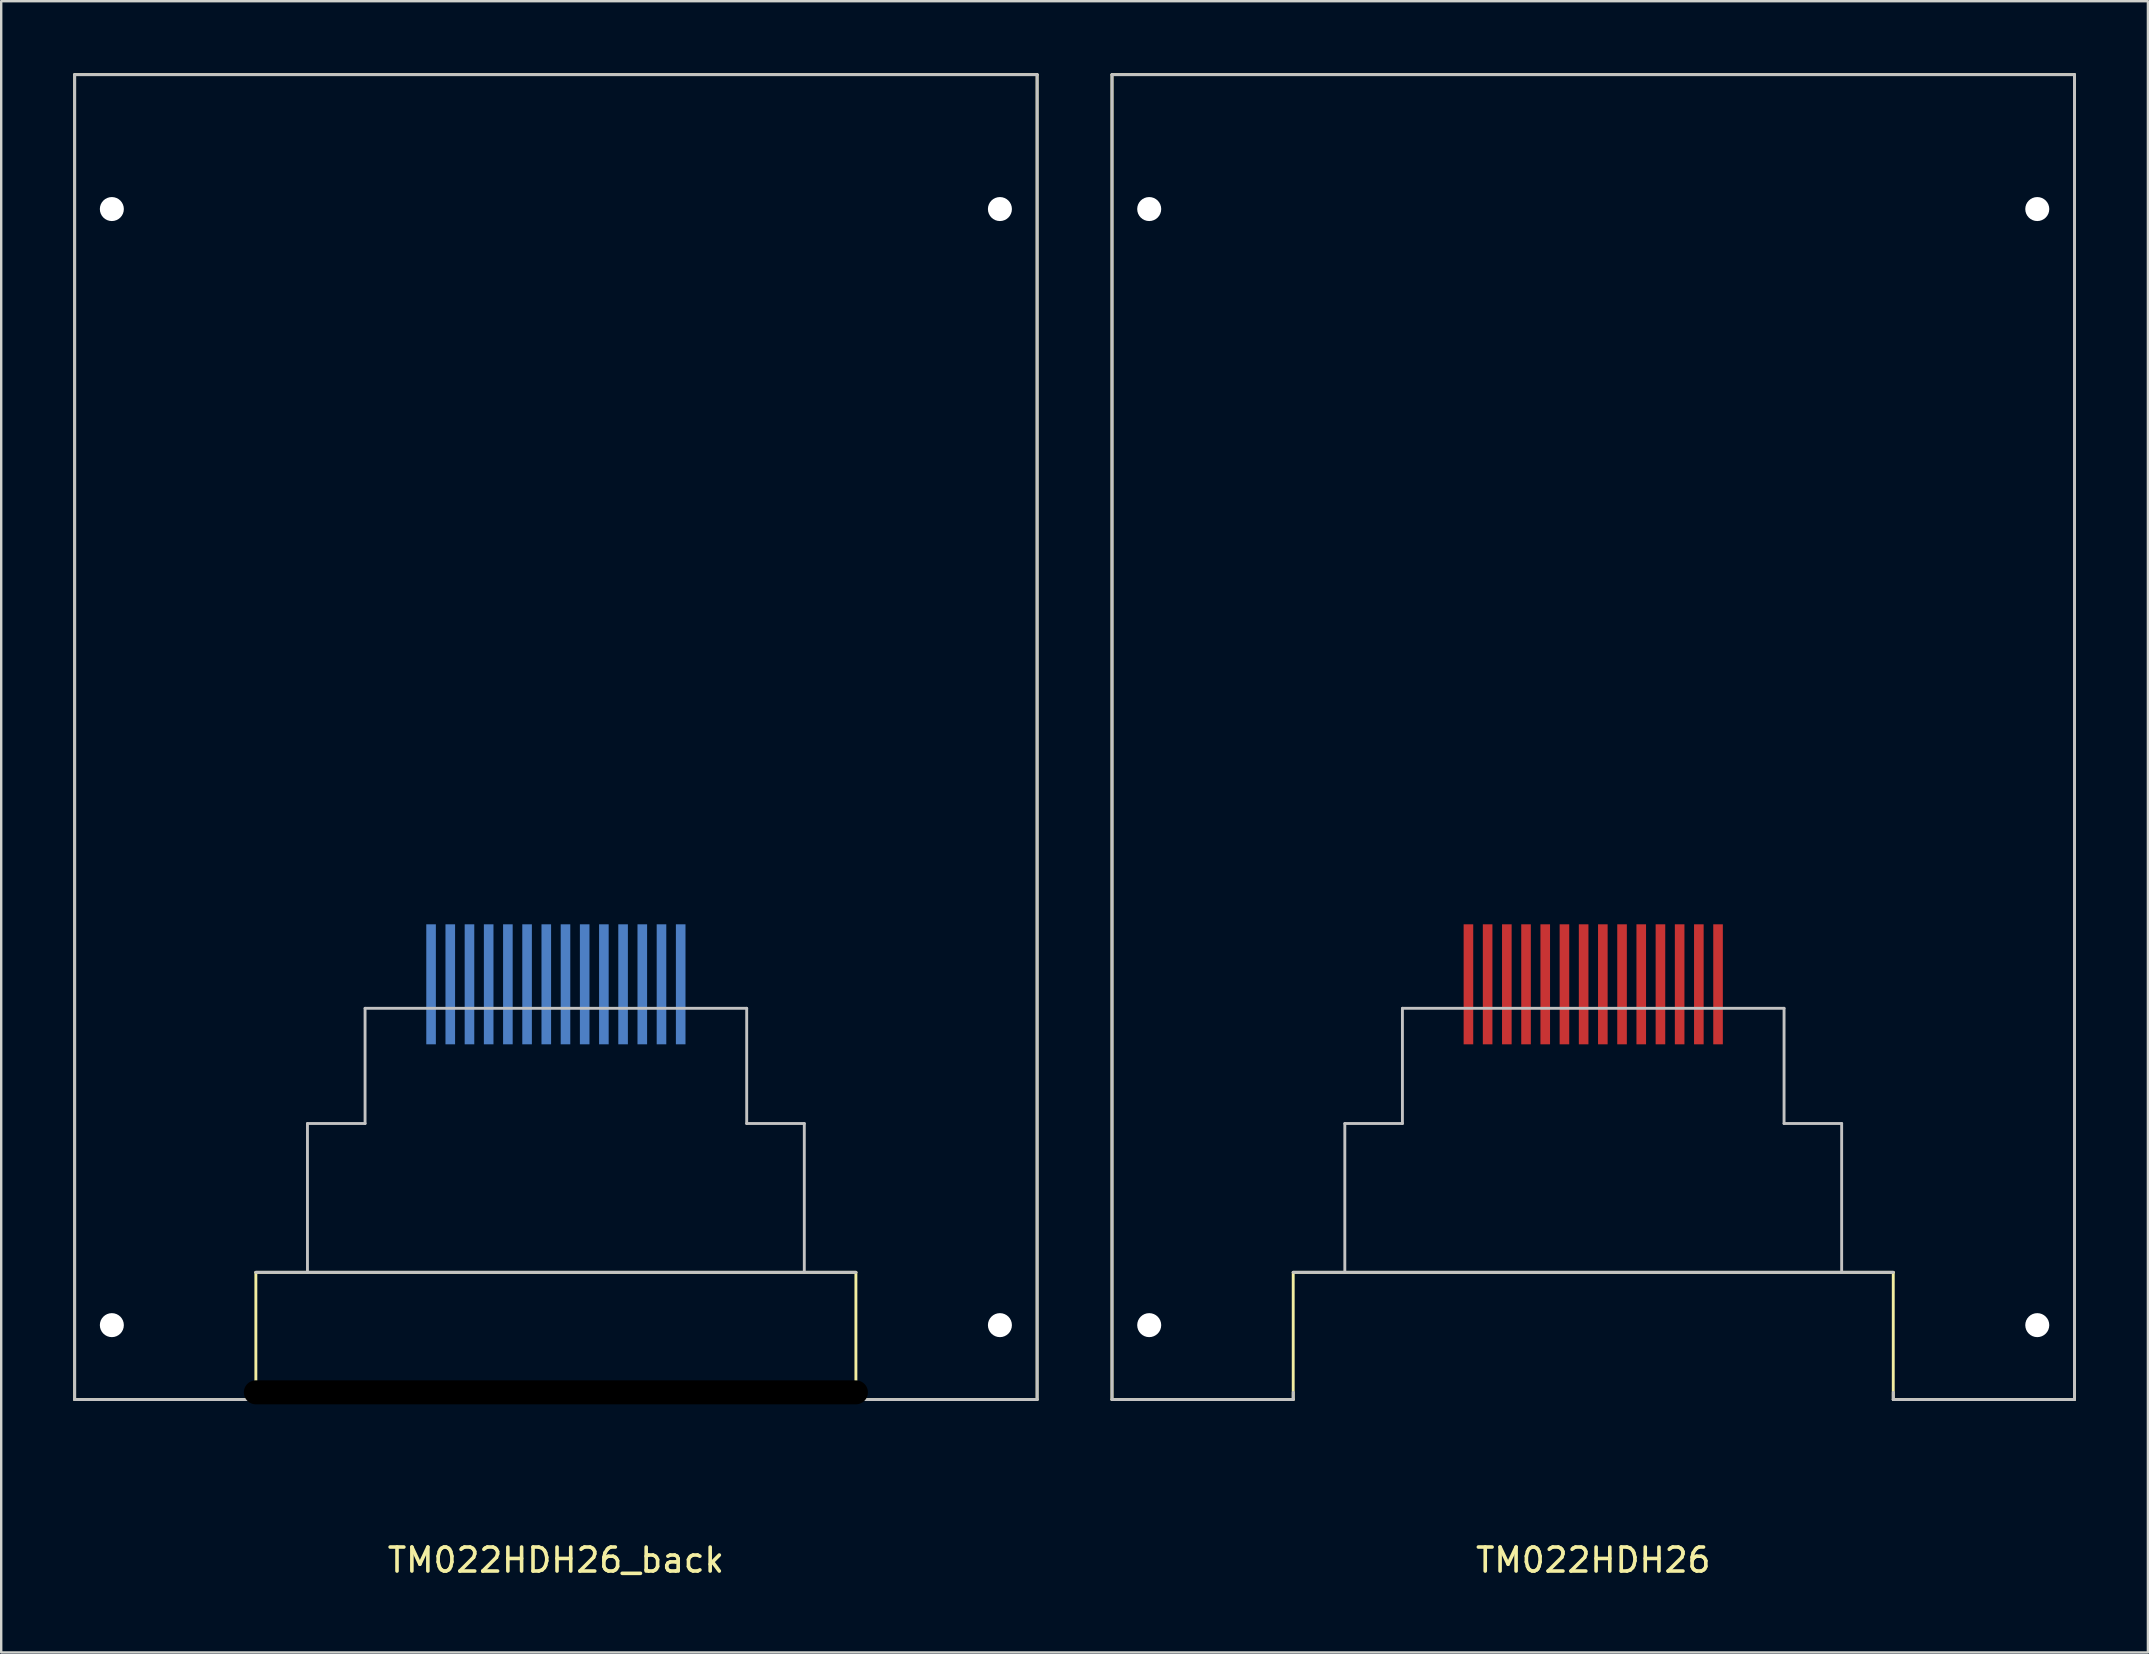
<source format=kicad_pcb>
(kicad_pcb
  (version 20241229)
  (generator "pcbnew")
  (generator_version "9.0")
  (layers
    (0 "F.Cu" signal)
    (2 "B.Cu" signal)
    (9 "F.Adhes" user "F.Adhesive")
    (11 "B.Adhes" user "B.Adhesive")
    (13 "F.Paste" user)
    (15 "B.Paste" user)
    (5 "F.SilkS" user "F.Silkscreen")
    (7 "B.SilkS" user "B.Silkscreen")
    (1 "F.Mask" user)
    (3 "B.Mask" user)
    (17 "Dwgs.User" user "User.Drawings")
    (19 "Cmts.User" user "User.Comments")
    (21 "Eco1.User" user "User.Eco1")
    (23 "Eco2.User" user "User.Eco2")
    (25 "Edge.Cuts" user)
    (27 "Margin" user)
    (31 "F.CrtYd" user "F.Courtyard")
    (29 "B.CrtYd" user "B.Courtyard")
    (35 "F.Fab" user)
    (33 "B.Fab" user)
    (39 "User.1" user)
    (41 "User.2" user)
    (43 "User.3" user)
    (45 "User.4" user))
  (footprint "TM022HDH26_back"
    (layer "F.Cu")
    (at 20.11 27.66)
    (property "Reference" "TM022HDH26_back" (at 0 34.29 0) (layer "F.SilkS") (effects (font (size 1 1) (thickness 0.15))))
    (attr smd exclude_from_pos_files exclude_from_bom)
    (fp_line (start -20.05 -27.6) (end -20.05 27.6) (stroke (width 0.12) (type solid)) (layer "F.SilkS"))
    (fp_line (start -20.05 27.6) (end -12.5 27.6) (stroke (width 0.12) (type solid)) (layer "F.SilkS"))
    (fp_line (start -12.5 22.3) (end 12.5 22.3) (stroke (width 0.12) (type solid)) (layer "F.SilkS"))
    (fp_line (start -12.5 27.6) (end -12.5 22.3) (stroke (width 0.12) (type solid)) (layer "F.SilkS"))
    (fp_line (start 12.5 22.3) (end 12.5 27.6) (stroke (width 0.12) (type solid)) (layer "F.SilkS"))
    (fp_line (start 12.5 27.6) (end 20.05 27.6) (stroke (width 0.12) (type solid)) (layer "F.SilkS"))
    (fp_line (start 20.05 -27.6) (end -20.05 -27.6) (stroke (width 0.12) (type solid)) (layer "F.SilkS"))
    (fp_line (start 20.05 27.6) (end 20.05 -27.6) (stroke (width 0.12) (type solid)) (layer "F.SilkS"))
    (fp_line (start -20.05 -27.6) (end -20.05 27.6) (stroke (width 0.12) (type solid)) (layer "Dwgs.User"))
    (fp_line (start -12.5 27.3) (end -12.5 27.6) (stroke (width 0.12) (type solid)) (layer "Dwgs.User"))
    (fp_line (start -12.5 27.6) (end -20.05 27.6) (stroke (width 0.12) (type solid)) (layer "Dwgs.User"))
    (fp_line (start -10.35 16.1) (end -10.35 22.3) (stroke (width 0.12) (type solid)) (layer "Dwgs.User"))
    (fp_line (start -7.95 11.3) (end -7.95 16.1) (stroke (width 0.12) (type solid)) (layer "Dwgs.User"))
    (fp_line (start -7.95 11.3) (end 7.95 11.3) (stroke (width 0.12) (type solid)) (layer "Dwgs.User"))
    (fp_line (start -7.95 16.1) (end -10.35 16.1) (stroke (width 0.12) (type solid)) (layer "Dwgs.User"))
    (fp_line (start 7.95 11.3) (end 7.95 16.1) (stroke (width 0.12) (type solid)) (layer "Dwgs.User"))
    (fp_line (start 7.95 16.1) (end 10.35 16.1) (stroke (width 0.12) (type solid)) (layer "Dwgs.User"))
    (fp_line (start 10.35 16.1) (end 10.35 22.3) (stroke (width 0.12) (type solid)) (layer "Dwgs.User"))
    (fp_line (start 12.5 22.3) (end -12.5 22.3) (stroke (width 0.12) (type solid)) (layer "Dwgs.User"))
    (fp_line (start 12.5 27.3) (end 12.5 27.6) (stroke (width 0.12) (type solid)) (layer "Dwgs.User"))
    (fp_line (start 12.5 27.6) (end 20.05 27.6) (stroke (width 0.12) (type solid)) (layer "Dwgs.User"))
    (fp_line (start 20.05 -27.6) (end -20.05 -27.6) (stroke (width 0.12) (type solid)) (layer "Dwgs.User"))
    (fp_line (start 20.05 27.6) (end 20.05 -27.6) (stroke (width 0.12) (type solid)) (layer "Dwgs.User"))
    (pad "" np_thru_hole circle (at -18.5 -22 180) (size 1 1) (drill 1) (layers "*.Cu" "*.Mask"))
    (pad "" np_thru_hole circle (at -18.5 24.5 180) (size 1 1) (drill 1) (layers "*.Cu" "*.Mask"))
    (pad "" np_thru_hole oval (at 0 27.3) (size 26 1) (drill oval 26 1) (layers "*.Mask"))
    (pad "" np_thru_hole circle (at 18.5 -22 180) (size 1 1) (drill 1) (layers "*.Cu" "*.Mask"))
    (pad "" np_thru_hole circle (at 18.5 24.5 180) (size 1 1) (drill 1) (layers "*.Cu" "*.Mask"))
    (pad "1" smd rect (at -5.2 10.3 180) (size 0.4 5) (layers "B.Cu" "B.Mask" "B.Paste"))
    (pad "2" smd rect (at -4.4 10.3 180) (size 0.4 5) (layers "B.Cu" "B.Mask" "B.Paste"))
    (pad "3" smd rect (at -3.6 10.3 180) (size 0.4 5) (layers "B.Cu" "B.Mask" "B.Paste"))
    (pad "4" smd rect (at -2.8 10.3 180) (size 0.4 5) (layers "B.Cu" "B.Mask" "B.Paste"))
    (pad "5" smd rect (at -2 10.3 180) (size 0.4 5) (layers "B.Cu" "B.Mask" "B.Paste"))
    (pad "6" smd rect (at -1.2 10.3 180) (size 0.4 5) (layers "B.Cu" "B.Mask" "B.Paste"))
    (pad "7" smd rect (at -0.4 10.3 180) (size 0.4 5) (layers "B.Cu" "B.Mask" "B.Paste"))
    (pad "8" smd rect (at 0.4 10.3 180) (size 0.4 5) (layers "B.Cu" "B.Mask" "B.Paste"))
    (pad "9" smd rect (at 1.2 10.3 180) (size 0.4 5) (layers "B.Cu" "B.Mask" "B.Paste"))
    (pad "10" smd rect (at 2 10.3 180) (size 0.4 5) (layers "B.Cu" "B.Mask" "B.Paste"))
    (pad "11" smd rect (at 2.8 10.3 180) (size 0.4 5) (layers "B.Cu" "B.Mask" "B.Paste"))
    (pad "12" smd rect (at 3.6 10.3 180) (size 0.4 5) (layers "B.Cu" "B.Mask" "B.Paste"))
    (pad "13" smd rect (at 4.4 10.3 180) (size 0.4 5) (layers "B.Cu" "B.Mask" "B.Paste"))
    (pad "14" smd rect (at 5.2 10.3 180) (size 0.4 5) (layers "B.Cu" "B.Mask" "B.Paste")))
  (footprint "TM022HDH26"
    (layer "F.Cu")
    (at 63.33 27.66)
    (property "Reference" "TM022HDH26" (at 0 34.29 0) (layer "F.SilkS") (effects (font (size 1 1) (thickness 0.15))))
    (attr smd exclude_from_pos_files)
    (fp_line (start -20.05 -27.6) (end -20.05 27.6) (stroke (width 0.12) (type solid)) (layer "F.SilkS"))
    (fp_line (start -20.05 27.6) (end -12.5 27.6) (stroke (width 0.12) (type solid)) (layer "F.SilkS"))
    (fp_line (start -12.5 22.3) (end 12.5 22.3) (stroke (width 0.12) (type solid)) (layer "F.SilkS"))
    (fp_line (start -12.5 27.6) (end -12.5 22.3) (stroke (width 0.12) (type solid)) (layer "F.SilkS"))
    (fp_line (start 12.5 22.3) (end 12.5 27.6) (stroke (width 0.12) (type solid)) (layer "F.SilkS"))
    (fp_line (start 12.5 27.6) (end 20.05 27.6) (stroke (width 0.12) (type solid)) (layer "F.SilkS"))
    (fp_line (start 20.05 -27.6) (end -20.05 -27.6) (stroke (width 0.12) (type solid)) (layer "F.SilkS"))
    (fp_line (start 20.05 27.6) (end 20.05 -27.6) (stroke (width 0.12) (type solid)) (layer "F.SilkS"))
    (fp_line (start -20.05 -27.6) (end -20.05 27.6) (stroke (width 0.12) (type solid)) (layer "Dwgs.User"))
    (fp_line (start -12.5 27.3) (end -12.5 27.6) (stroke (width 0.12) (type solid)) (layer "Dwgs.User"))
    (fp_line (start -12.5 27.6) (end -20.05 27.6) (stroke (width 0.12) (type solid)) (layer "Dwgs.User"))
    (fp_line (start -10.35 16.1) (end -10.35 22.3) (stroke (width 0.12) (type solid)) (layer "Dwgs.User"))
    (fp_line (start -7.95 11.3) (end -7.95 16.1) (stroke (width 0.12) (type solid)) (layer "Dwgs.User"))
    (fp_line (start -7.95 11.3) (end 7.95 11.3) (stroke (width 0.12) (type solid)) (layer "Dwgs.User"))
    (fp_line (start -7.95 16.1) (end -10.35 16.1) (stroke (width 0.12) (type solid)) (layer "Dwgs.User"))
    (fp_line (start 7.95 11.3) (end 7.95 16.1) (stroke (width 0.12) (type solid)) (layer "Dwgs.User"))
    (fp_line (start 7.95 16.1) (end 10.35 16.1) (stroke (width 0.12) (type solid)) (layer "Dwgs.User"))
    (fp_line (start 10.35 16.1) (end 10.35 22.3) (stroke (width 0.12) (type solid)) (layer "Dwgs.User"))
    (fp_line (start 12.5 22.3) (end -12.5 22.3) (stroke (width 0.12) (type solid)) (layer "Dwgs.User"))
    (fp_line (start 12.5 27.3) (end 12.5 27.6) (stroke (width 0.12) (type solid)) (layer "Dwgs.User"))
    (fp_line (start 12.5 27.6) (end 20.05 27.6) (stroke (width 0.12) (type solid)) (layer "Dwgs.User"))
    (fp_line (start 20.05 -27.6) (end -20.05 -27.6) (stroke (width 0.12) (type solid)) (layer "Dwgs.User"))
    (fp_line (start 20.05 27.6) (end 20.05 -27.6) (stroke (width 0.12) (type solid)) (layer "Dwgs.User"))
    (pad "" np_thru_hole circle (at -18.5 -22 180) (size 1 1) (drill 1) (layers "*.Cu" "*.Mask"))
    (pad "" np_thru_hole circle (at -18.5 24.5 180) (size 1 1) (drill 1) (layers "*.Cu" "*.Mask"))
    (pad "" np_thru_hole circle (at 18.5 -22 180) (size 1 1) (drill 1) (layers "*.Cu" "*.Mask"))
    (pad "" np_thru_hole circle (at 18.5 24.5 180) (size 1 1) (drill 1) (layers "*.Cu" "*.Mask"))
    (pad "1" smd rect (at 5.2 10.3 180) (size 0.4 5) (layers "F.Cu" "F.Mask" "F.Paste"))
    (pad "2" smd rect (at 4.4 10.3 180) (size 0.4 5) (layers "F.Cu" "F.Mask" "F.Paste"))
    (pad "3" smd rect (at 3.6 10.3 180) (size 0.4 5) (layers "F.Cu" "F.Mask" "F.Paste"))
    (pad "4" smd rect (at 2.8 10.3 180) (size 0.4 5) (layers "F.Cu" "F.Mask" "F.Paste"))
    (pad "5" smd rect (at 2 10.3 180) (size 0.4 5) (layers "F.Cu" "F.Mask" "F.Paste"))
    (pad "6" smd rect (at 1.2 10.3 180) (size 0.4 5) (layers "F.Cu" "F.Mask" "F.Paste"))
    (pad "7" smd rect (at 0.4 10.3 180) (size 0.4 5) (layers "F.Cu" "F.Mask" "F.Paste"))
    (pad "8" smd rect (at -0.4 10.3 180) (size 0.4 5) (layers "F.Cu" "F.Mask" "F.Paste"))
    (pad "9" smd rect (at -1.2 10.3 180) (size 0.4 5) (layers "F.Cu" "F.Mask" "F.Paste"))
    (pad "10" smd rect (at -2 10.3 180) (size 0.4 5) (layers "F.Cu" "F.Mask" "F.Paste"))
    (pad "11" smd rect (at -2.8 10.3 180) (size 0.4 5) (layers "F.Cu" "F.Mask" "F.Paste"))
    (pad "12" smd rect (at -3.6 10.3 180) (size 0.4 5) (layers "F.Cu" "F.Mask" "F.Paste"))
    (pad "13" smd rect (at -4.4 10.3 180) (size 0.4 5) (layers "F.Cu" "F.Mask" "F.Paste"))
    (pad "14" smd rect (at -5.2 10.3 180) (size 0.4 5) (layers "F.Cu" "F.Mask" "F.Paste")))
  (gr_rect
    (start -3 -3)
    (end 86.44 65.798)
    (stroke (width 0.1) (type default))
    (fill no)
    (layer "Edge.Cuts")))
</source>
